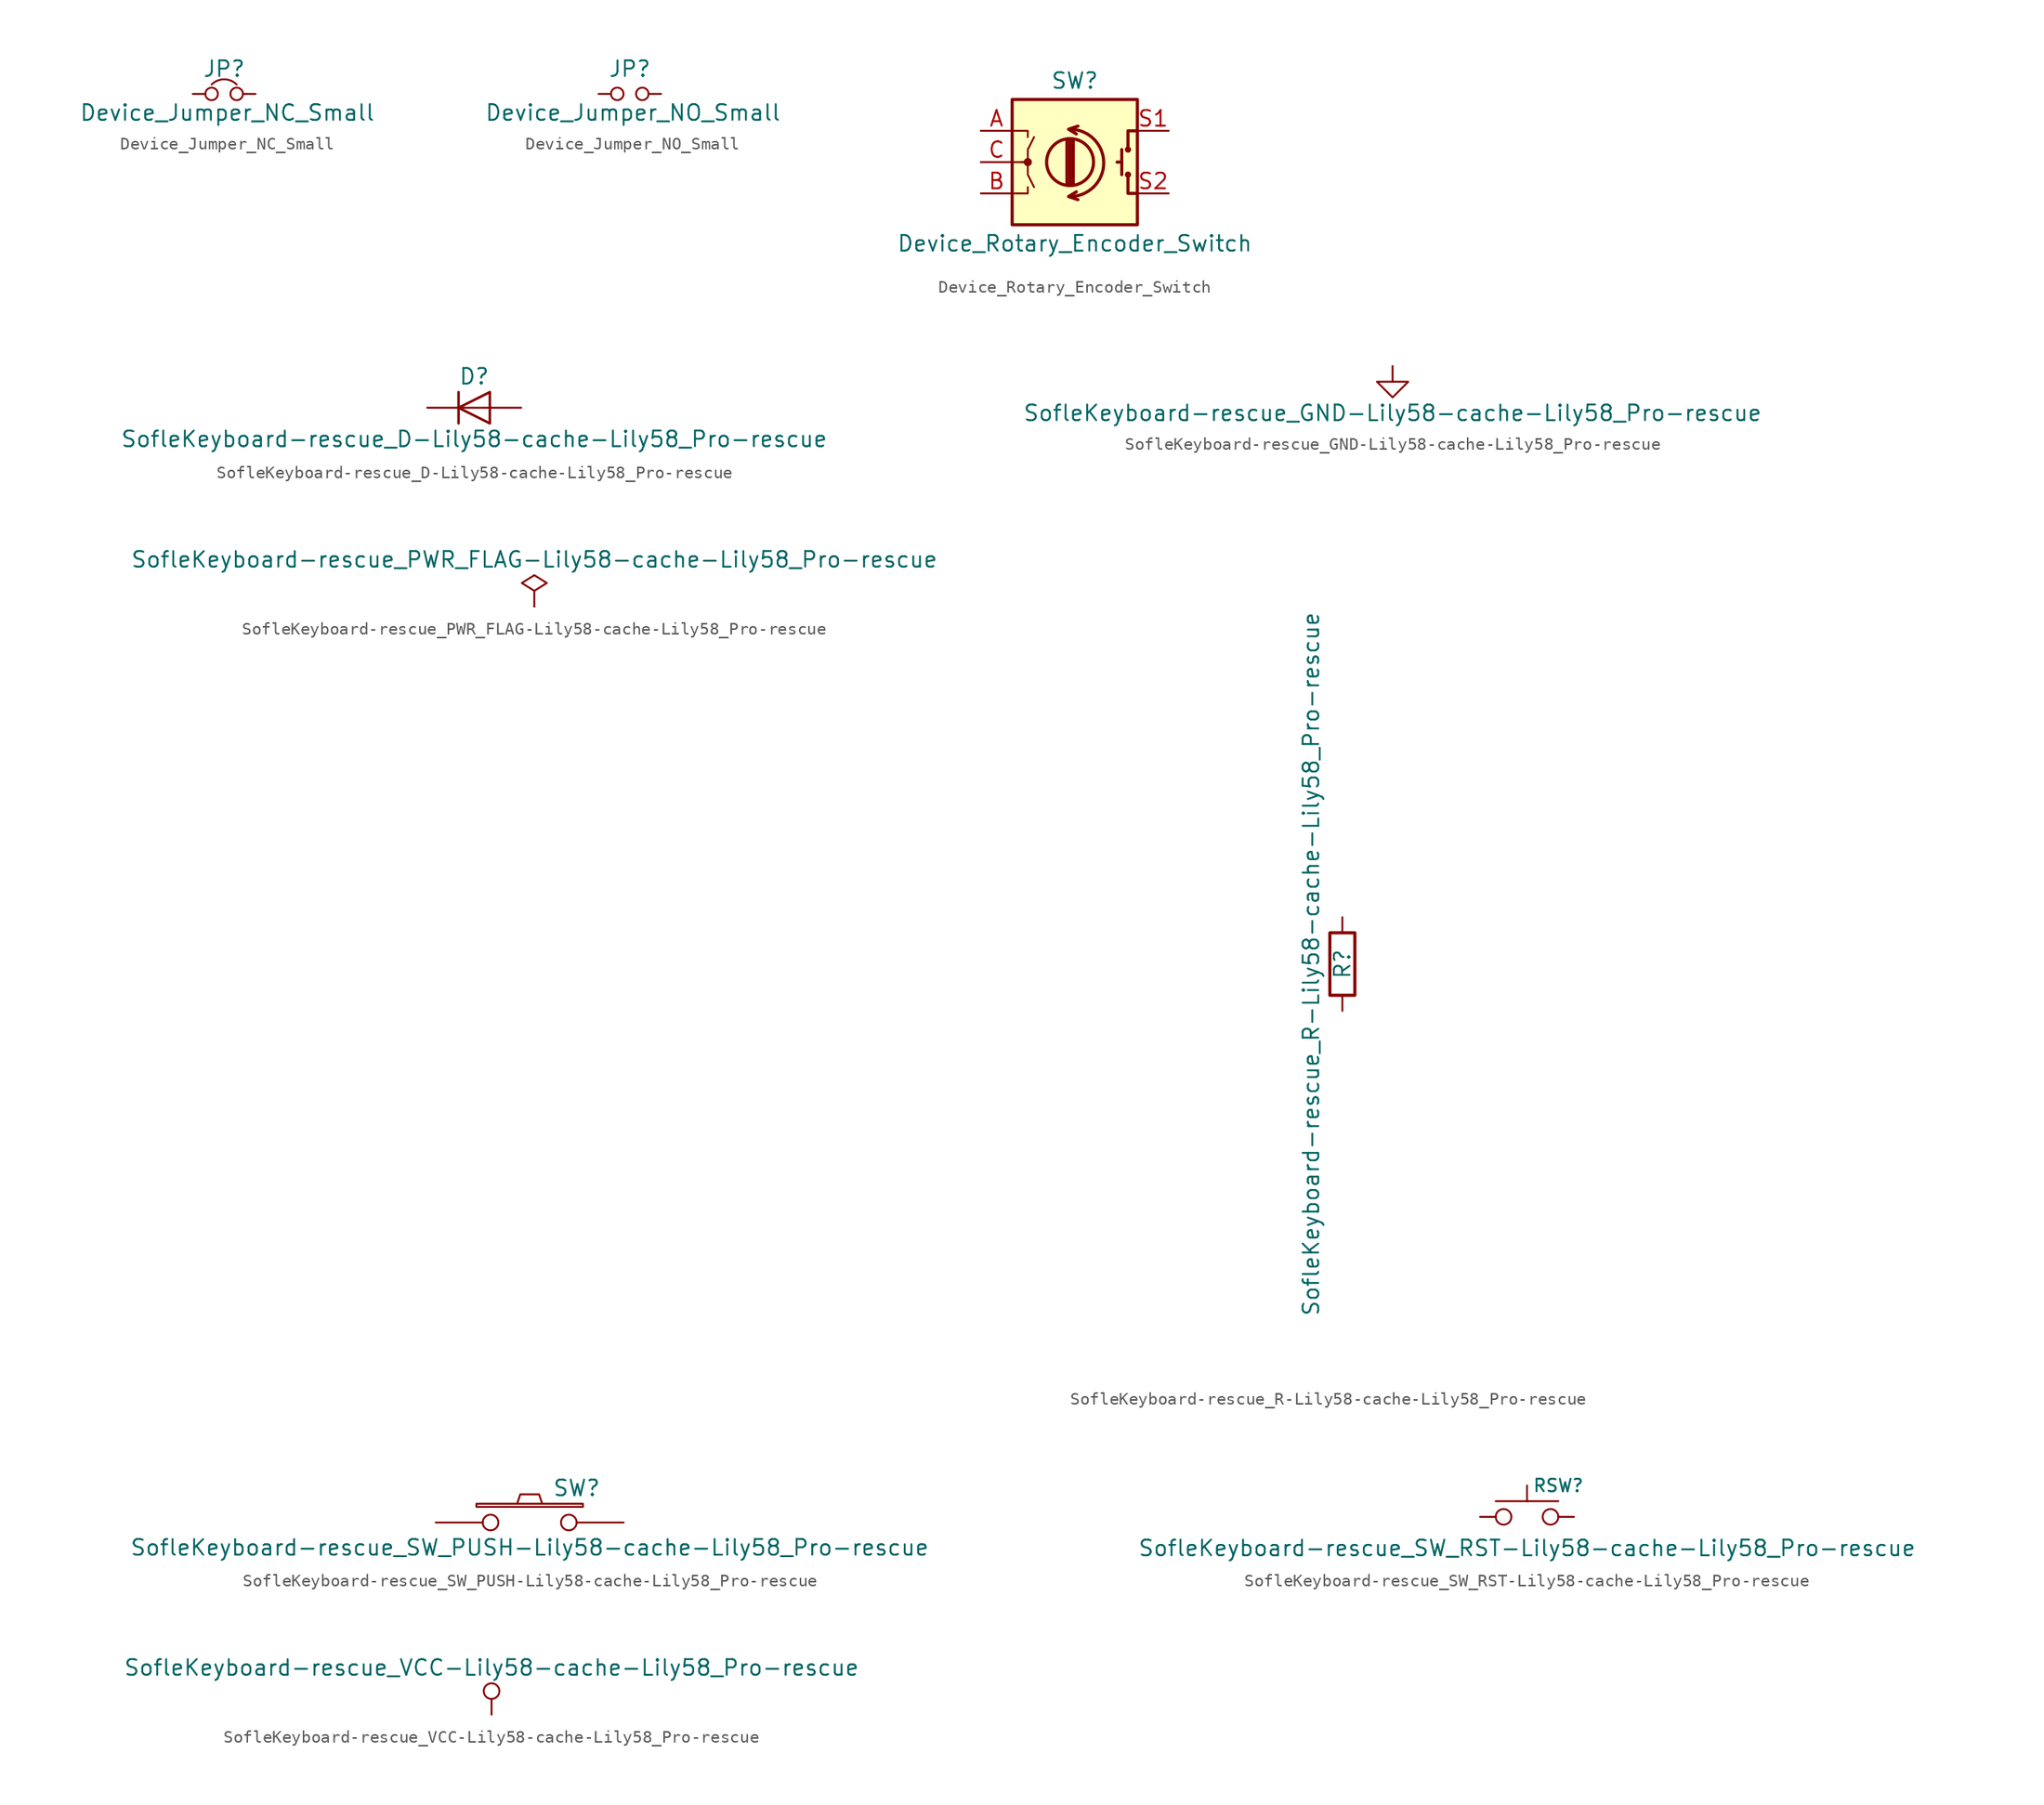
<source format=kicad_sym>
(kicad_symbol_lib
  (version 20231120)
  (generator "kicad_symbol_editor")
  (generator_version "8.0")
  (symbol "Device_Jumper_NC_Small"
    (pin_numbers hide)
    (pin_names
      (offset 0.762) hide)
    (property "Reference" "JP"
      (at 0 2.032 0)
      (effects (font (size 1.27 1.27))))
    (property "Value" "Device_Jumper_NC_Small"
      (at 0.254 -1.524 0)
      (effects (font (size 1.27 1.27))))
    (symbol "Device_Jumper_NC_Small_0_1"
      (circle (center -1.016 0) (radius 0.508) (stroke (width 0) (type solid)) (fill (type none)))
      (circle (center 1.016 0) (radius 0.508) (stroke (width 0) (type solid)) (fill (type none)))
      (arc (start 1.016 0.762) (mid 0 1.1828) (end -1.016 0.762) (stroke (width 0) (type solid)) (fill (type none)))
      (pin passive line (at -2.54 0 0) (length 1.016) (name "1" (effects (font (size 1.27 1.27)))) (number "1" (effects (font (size 1.27 1.27)))))
      (pin passive line (at 2.54 0 180) (length 1.016) (name "2" (effects (font (size 1.27 1.27)))) (number "2" (effects (font (size 1.27 1.27)))))))
  (symbol "Device_Jumper_NO_Small"
    (pin_numbers hide)
    (pin_names
      (offset 0.762) hide)
    (property "Reference" "JP"
      (at 0 2.032 0)
      (effects (font (size 1.27 1.27))))
    (property "Value" "Device_Jumper_NO_Small"
      (at 0.254 -1.524 0)
      (effects (font (size 1.27 1.27))))
    (symbol "Device_Jumper_NO_Small_0_1"
      (circle (center -1.016 0) (radius 0.508) (stroke (width 0) (type solid)) (fill (type none)))
      (circle (center 1.016 0) (radius 0.508) (stroke (width 0) (type solid)) (fill (type none)))
      (pin passive line (at -2.54 0 0) (length 1.016) (name "1" (effects (font (size 1.27 1.27)))) (number "1" (effects (font (size 1.27 1.27)))))
      (pin passive line (at 2.54 0 180) (length 1.016) (name "2" (effects (font (size 1.27 1.27)))) (number "2" (effects (font (size 1.27 1.27)))))))
  (symbol "Device_Rotary_Encoder_Switch"
    (pin_names
      (offset 0.254) hide)
    (property "Reference" "SW"
      (at 0 6.604 0)
      (effects (font (size 1.27 1.27))))
    (property "Value" "Device_Rotary_Encoder_Switch"
      (at 0 -6.604 0)
      (effects (font (size 1.27 1.27))))
    (symbol "Device_Rotary_Encoder_Switch_0_1"
      (rectangle (start -5.08 5.08) (end 5.08 -5.08) (stroke (width 0.254) (type solid)) (fill (type background)))
      (circle (center -3.81 0) (radius 0.254) (stroke (width 0) (type solid)) (fill (type outline)))
      (arc (start -0.381 -2.794) (mid 2.3622 -0.0508) (end -0.381 2.667) (stroke (width 0.254) (type solid)) (fill (type none)))
      (circle (center -0.381 0) (radius 1.905) (stroke (width 0.254) (type solid)) (fill (type none)))
      (polyline (pts (xy -0.635 -1.778) (xy -0.635 1.778)) (stroke (width 0.254) (type solid)) (fill (type none)))
      (polyline (pts (xy -0.381 -1.778) (xy -0.381 1.778)) (stroke (width 0.254) (type solid)) (fill (type none)))
      (polyline (pts (xy -0.127 1.778) (xy -0.127 -1.778)) (stroke (width 0.254) (type solid)) (fill (type none)))
      (polyline (pts (xy 3.81 0) (xy 3.429 0)) (stroke (width 0.254) (type solid)) (fill (type none)))
      (polyline (pts (xy 3.81 1.016) (xy 3.81 -1.016)) (stroke (width 0.254) (type solid)) (fill (type none)))
      (polyline (pts (xy -5.08 -2.54) (xy -3.81 -2.54) (xy -3.81 -2.032)) (stroke (width 0) (type solid)) (fill (type none)))
      (polyline (pts (xy -5.08 2.54) (xy -3.81 2.54) (xy -3.81 2.032)) (stroke (width 0) (type solid)) (fill (type none)))
      (polyline (pts (xy 0.254 -3.048) (xy -0.508 -2.794) (xy 0.127 -2.413)) (stroke (width 0.254) (type solid)) (fill (type none)))
      (polyline (pts (xy 0.254 2.921) (xy -0.508 2.667) (xy 0.127 2.286)) (stroke (width 0.254) (type solid)) (fill (type none)))
      (polyline (pts (xy 5.08 -2.54) (xy 4.318 -2.54) (xy 4.318 -1.016)) (stroke (width 0.254) (type solid)) (fill (type none)))
      (polyline (pts (xy 5.08 2.54) (xy 4.318 2.54) (xy 4.318 1.016)) (stroke (width 0.254) (type solid)) (fill (type none)))
      (polyline (pts (xy -5.08 0) (xy -3.81 0) (xy -3.81 -1.016) (xy -3.302 -2.032)) (stroke (width 0) (type solid)) (fill (type none)))
      (polyline (pts (xy -4.318 0) (xy -3.81 0) (xy -3.81 1.016) (xy -3.302 2.032)) (stroke (width 0) (type solid)) (fill (type none)))
      (circle (center 4.318 -1.016) (radius 0.127) (stroke (width 0.254) (type solid)) (fill (type none)))
      (circle (center 4.318 1.016) (radius 0.127) (stroke (width 0.254) (type solid)) (fill (type none))))
    (symbol "Device_Rotary_Encoder_Switch_1_1"
      (pin passive line (at -7.62 2.54 0) (length 2.54) (name "A" (effects (font (size 1.27 1.27)))) (number "A" (effects (font (size 1.27 1.27)))))
      (pin passive line (at -7.62 -2.54 0) (length 2.54) (name "B" (effects (font (size 1.27 1.27)))) (number "B" (effects (font (size 1.27 1.27)))))
      (pin passive line (at -7.62 0 0) (length 2.54) (name "C" (effects (font (size 1.27 1.27)))) (number "C" (effects (font (size 1.27 1.27)))))
      (pin passive line (at 7.62 2.54 180) (length 2.54) (name "S1" (effects (font (size 1.27 1.27)))) (number "S1" (effects (font (size 1.27 1.27)))))
      (pin passive line (at 7.62 -2.54 180) (length 2.54) (name "S2" (effects (font (size 1.27 1.27)))) (number "S2" (effects (font (size 1.27 1.27)))))))
  (symbol "SofleKeyboard-rescue_D-Lily58-cache-Lily58_Pro-rescue"
    (pin_numbers hide)
    (pin_names
      (offset 1.016) hide)
    (property "Reference" "D"
      (at 0 2.54 0)
      (effects (font (size 1.27 1.27))))
    (property "Value" "SofleKeyboard-rescue_D-Lily58-cache-Lily58_Pro-rescue"
      (at 0 -2.54 0)
      (effects (font (size 1.27 1.27))))
    (symbol "SofleKeyboard-rescue_D-Lily58-cache-Lily58_Pro-rescue_0_1"
      (polyline (pts (xy -1.27 1.27) (xy -1.27 -1.27)) (stroke (width 0.203) (type solid)) (fill (type none)))
      (polyline (pts (xy 1.27 0) (xy -1.27 0)) (stroke (width 0) (type solid)) (fill (type none)))
      (polyline (pts (xy 1.27 1.27) (xy 1.27 -1.27) (xy -1.27 0) (xy 1.27 1.27)) (stroke (width 0.203) (type solid)) (fill (type none))))
    (symbol "SofleKeyboard-rescue_D-Lily58-cache-Lily58_Pro-rescue_1_1"
      (pin passive line (at -3.81 0 0) (length 2.54) (name "K" (effects (font (size 1.27 1.27)))) (number "1" (effects (font (size 1.27 1.27)))))
      (pin passive line (at 3.81 0 180) (length 2.54) (name "A" (effects (font (size 1.27 1.27)))) (number "2" (effects (font (size 1.27 1.27)))))))
  (symbol "SofleKeyboard-rescue_GND-Lily58-cache-Lily58_Pro-rescue"
    (power)
    (pin_names
      (offset 0))
    (property "Reference" "#PWR"
      (at 0 -6.35 0)
      (effects (font (size 1.27 1.27)) (hide yes)))
    (property "Value" "SofleKeyboard-rescue_GND-Lily58-cache-Lily58_Pro-rescue"
      (at 0 -3.81 0)
      (effects (font (size 1.27 1.27))))
    (symbol "SofleKeyboard-rescue_GND-Lily58-cache-Lily58_Pro-rescue_1_1"
      (polyline (pts (xy 0 0) (xy 0 -1.27) (xy 1.27 -1.27) (xy 0 -2.54) (xy -1.27 -1.27) (xy 0 -1.27)) (stroke (width 0) (type solid)) (fill (type none)))
      (pin power_in line (at 0 0 0) (length 0) hide (name "GND" (effects (font (size 1.27 1.27)))) (number "1" (effects (font (size 1.27 1.27)))))))
  (symbol "SofleKeyboard-rescue_PWR_FLAG-Lily58-cache-Lily58_Pro-rescue"
    (power)
    (pin_numbers hide)
    (pin_names
      (offset 0) hide)
    (property "Reference" "#FLG"
      (at 0 0 0)
      (effects (font (size 1.27 1.27)) (hide yes)))
    (property "Value" "SofleKeyboard-rescue_PWR_FLAG-Lily58-cache-Lily58_Pro-rescue"
      (at 0 3.81 0)
      (effects (font (size 1.27 1.27))))
    (symbol "SofleKeyboard-rescue_PWR_FLAG-Lily58-cache-Lily58_Pro-rescue_0_0"
      (pin power_out line (at 0 0 90) (length 0) (name "pwr" (effects (font (size 1.27 1.27)))) (number "1" (effects (font (size 1.27 1.27))))))
    (symbol "SofleKeyboard-rescue_PWR_FLAG-Lily58-cache-Lily58_Pro-rescue_0_1"
      (polyline (pts (xy 0 0) (xy 0 1.27) (xy -1.016 1.905) (xy 0 2.54) (xy 1.016 1.905) (xy 0 1.27)) (stroke (width 0) (type solid)) (fill (type none)))))
  (symbol "SofleKeyboard-rescue_R-Lily58-cache-Lily58_Pro-rescue"
    (pin_numbers hide)
    (pin_names
      (offset 0))
    (property "Reference" "R"
      (at 0 0 90)
      (effects (font (size 1.27 1.27))))
    (property "Value" "SofleKeyboard-rescue_R-Lily58-cache-Lily58_Pro-rescue"
      (at -2.54 0 90)
      (effects (font (size 1.27 1.27))))
    (symbol "SofleKeyboard-rescue_R-Lily58-cache-Lily58_Pro-rescue_0_1"
      (rectangle (start -1.016 -2.54) (end 1.016 2.54) (stroke (width 0.254) (type solid)) (fill (type none))))
    (symbol "SofleKeyboard-rescue_R-Lily58-cache-Lily58_Pro-rescue_1_1"
      (pin passive line (at 0 3.81 270) (length 1.27) (name "~" (effects (font (size 1.27 1.27)))) (number "1" (effects (font (size 1.27 1.27)))))
      (pin passive line (at 0 -3.81 90) (length 1.27) (name "~" (effects (font (size 1.27 1.27)))) (number "2" (effects (font (size 1.27 1.27)))))))
  (symbol "SofleKeyboard-rescue_SW_PUSH-Lily58-cache-Lily58_Pro-rescue"
    (pin_numbers hide)
    (pin_names
      (offset 1.016) hide)
    (property "Reference" "SW"
      (at 3.81 2.794 0)
      (effects (font (size 1.27 1.27))))
    (property "Value" "SofleKeyboard-rescue_SW_PUSH-Lily58-cache-Lily58_Pro-rescue"
      (at 0 -2.032 0)
      (effects (font (size 1.27 1.27))))
    (property "Footprint" ""
      (at 0 0 0)
      (effects (font (size 1.27 1.27))))
    (property "Datasheet" ""
      (at 0 0 0)
      (effects (font (size 1.27 1.27))))
    (symbol "SofleKeyboard-rescue_SW_PUSH-Lily58-cache-Lily58_Pro-rescue_0_1"
      (rectangle (start -4.318 1.27) (end 4.318 1.524) (stroke (width 0) (type solid)) (fill (type none)))
      (polyline (pts (xy -1.016 1.524) (xy -0.762 2.286) (xy 0.762 2.286) (xy 1.016 1.524)) (stroke (width 0) (type solid)) (fill (type none)))
      (pin passive inverted (at -7.62 0 0) (length 5.08) (name "1" (effects (font (size 1.27 1.27)))) (number "1" (effects (font (size 1.27 1.27)))))
      (pin passive inverted (at 7.62 0 180) (length 5.08) (name "2" (effects (font (size 1.27 1.27)))) (number "2" (effects (font (size 1.27 1.27)))))))
  (symbol "SofleKeyboard-rescue_SW_RST-Lily58-cache-Lily58_Pro-rescue"
    (pin_numbers hide)
    (pin_names
      (offset 1.016) hide)
    (property "Reference" "RSW"
      (at 2.54 2.54 0)
      (effects (font (size 1.016 1.016))))
    (property "Value" "SofleKeyboard-rescue_SW_RST-Lily58-cache-Lily58_Pro-rescue"
      (at 0 -2.54 0)
      (effects (font (size 1.27 1.27))))
    (symbol "SofleKeyboard-rescue_SW_RST-Lily58-cache-Lily58_Pro-rescue_0_1"
      (polyline (pts (xy -2.54 1.27) (xy 2.54 1.27)) (stroke (width 0) (type solid)) (fill (type none)))
      (polyline (pts (xy 0 2.54) (xy 0 1.27)) (stroke (width 0) (type solid)) (fill (type none)))
      (pin passive inverted (at -3.81 0 0) (length 2.54) (name "1" (effects (font (size 1.27 1.27)))) (number "1" (effects (font (size 1.27 1.27)))))
      (pin passive inverted (at 3.81 0 180) (length 2.54) (name "2" (effects (font (size 1.27 1.27)))) (number "2" (effects (font (size 1.27 1.27)))))))
  (symbol "SofleKeyboard-rescue_VCC-Lily58-cache-Lily58_Pro-rescue"
    (power)
    (pin_names
      (offset 0))
    (property "Reference" "#PWR"
      (at 0 -3.81 0)
      (effects (font (size 1.27 1.27)) (hide yes)))
    (property "Value" "SofleKeyboard-rescue_VCC-Lily58-cache-Lily58_Pro-rescue"
      (at 0 3.81 0)
      (effects (font (size 1.27 1.27))))
    (symbol "SofleKeyboard-rescue_VCC-Lily58-cache-Lily58_Pro-rescue_0_1"
      (polyline (pts (xy 0 0) (xy 0 1.27)) (stroke (width 0) (type solid)) (fill (type none)))
      (circle (center 0 1.905) (radius 0.635) (stroke (width 0) (type solid)) (fill (type none))))
    (symbol "SofleKeyboard-rescue_VCC-Lily58-cache-Lily58_Pro-rescue_1_1"
      (pin power_in line (at 0 0 90) (length 0) hide (name "VCC" (effects (font (size 1.27 1.27)))) (number "1" (effects (font (size 1.27 1.27))))))))
</source>
